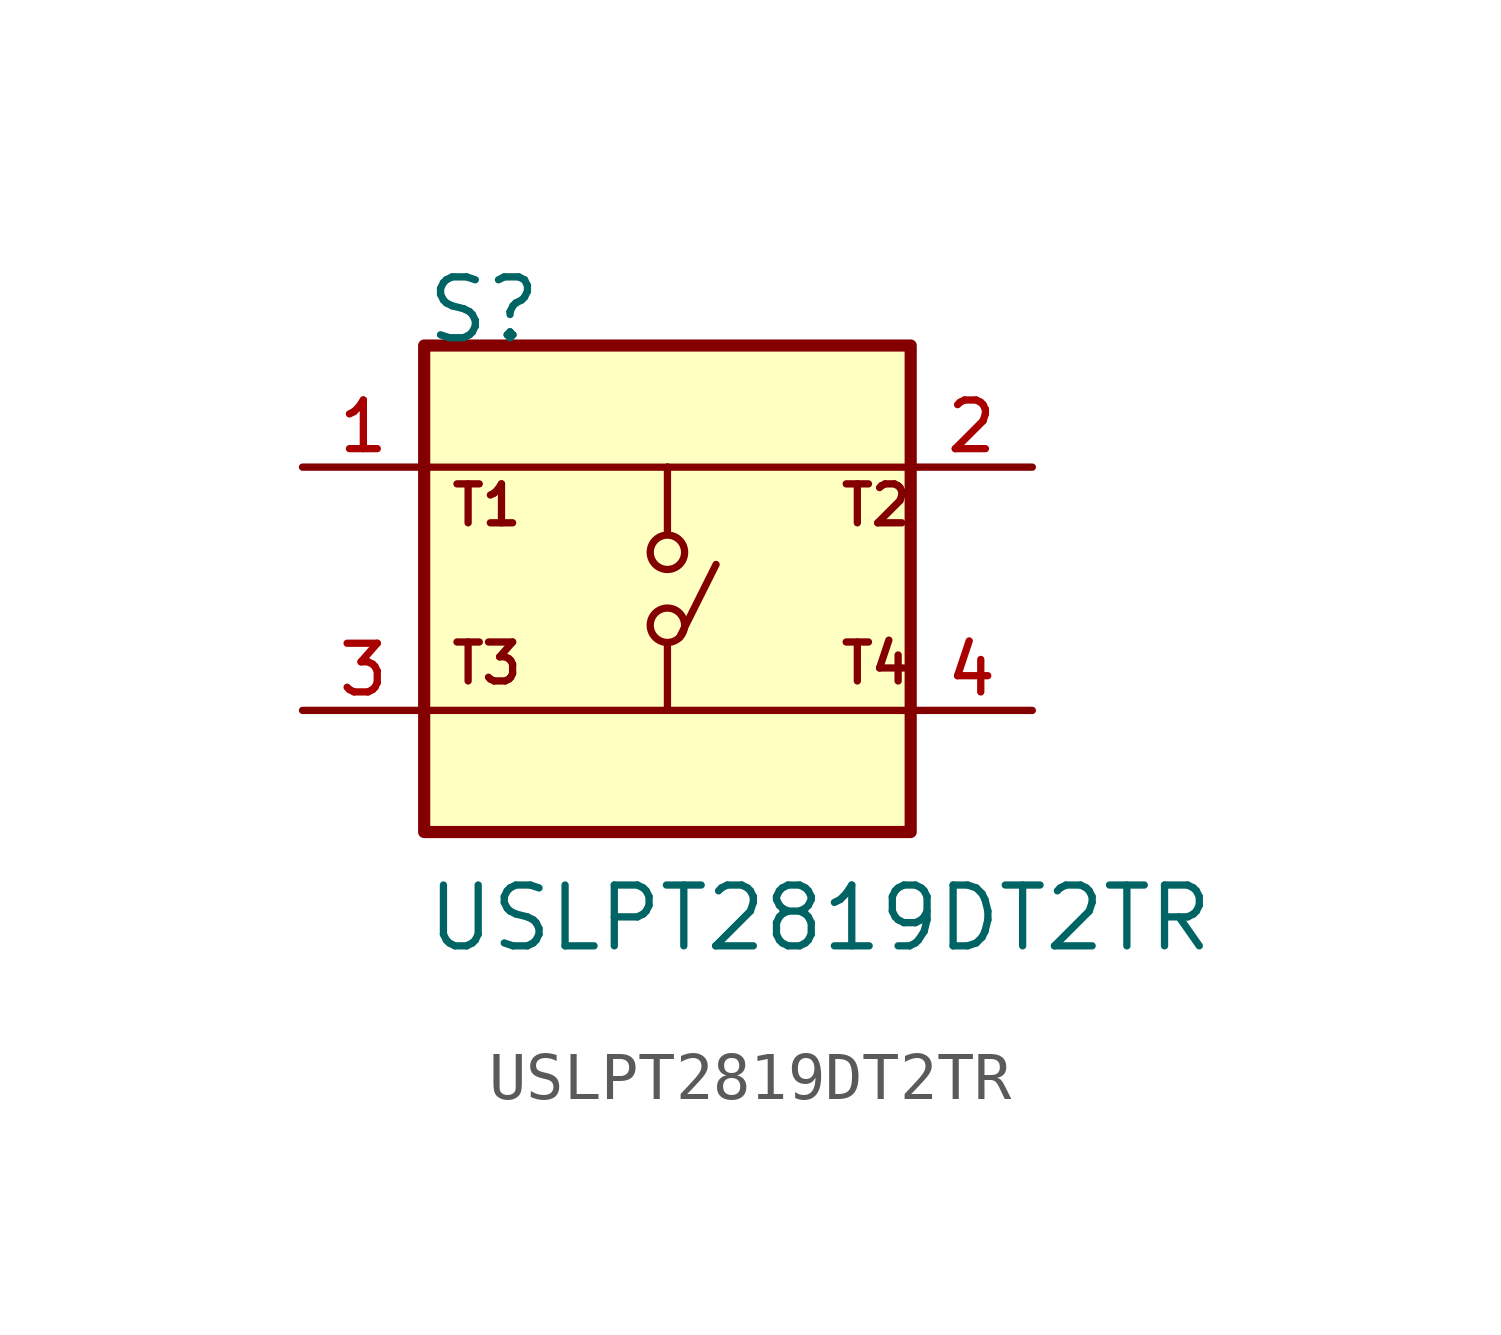
<source format=kicad_sym>
(kicad_symbol_lib
  (version 20211014)
  (generator kicad_symbol_editor)
  (symbol "USLPT2819DT2TR"
    (pin_names
      (offset 1.016))
    (property "Reference" "S"
      (at -5.08 5.08 0)
      (effects (font (size 1.27 1.27)) (justify bottom left)))
    (property "Value" "USLPT2819DT2TR"
      (at -5.08 -7.62 0)
      (effects (font (size 1.27 1.27)) (justify bottom left)))
    (symbol "USLPT2819DT2TR_0_0"
      (polyline (pts (xy -5.08 2.54) (xy 0.0 2.54)) (stroke (width 0.152)))
      (polyline (pts (xy 0.0 2.54) (xy 5.08 2.54)) (stroke (width 0.152)))
      (polyline (pts (xy -5.08 -2.54) (xy 0.0 -2.54)) (stroke (width 0.152)))
      (polyline (pts (xy 0.0 -2.54) (xy 5.08 -2.54)) (stroke (width 0.152)))
      (polyline (pts (xy 0.0 -2.54) (xy 0.0 -1.143)) (stroke (width 0.152)))
      (polyline (pts (xy 0.0 1.143) (xy 0.0 2.54)) (stroke (width 0.152)))
      (circle (center 0.0 -0.762) (radius 0.359) (stroke (width 0.152)) (fill (type none)))
      (circle (center 0.0 0.762) (radius 0.359) (stroke (width 0.152)) (fill (type none)))
      (polyline (pts (xy 0.254 -1.016) (xy 1.016 0.508)) (stroke (width 0.152)))
      (text "T1" (at -4.572 1.27 0) (effects (font (size 0.813 0.813)) (justify bottom left)))
      (text "T3" (at -4.572 -2.032 0) (effects (font (size 0.813 0.813)) (justify bottom left)))
      (text "T4" (at 3.556 -2.032 0) (effects (font (size 0.813 0.813)) (justify bottom left)))
      (text "T2" (at 3.556 1.27 0) (effects (font (size 0.813 0.813)) (justify bottom left)))
      (rectangle (start -5.08 -5.08) (end 5.08 5.08) (stroke (width 0.254)) (fill (type background)))
      (pin passive line (at -7.62 2.54 0) (length 2.54) (name "~" (effects (font (size 1.016 1.016)))) (number "1" (effects (font (size 1.016 1.016)))))
      (pin passive line (at 7.62 2.54 180.0) (length 2.54) (name "~" (effects (font (size 1.016 1.016)))) (number "2" (effects (font (size 1.016 1.016)))))
      (pin passive line (at -7.62 -2.54 0) (length 2.54) (name "~" (effects (font (size 1.016 1.016)))) (number "3" (effects (font (size 1.016 1.016)))))
      (pin passive line (at 7.62 -2.54 180.0) (length 2.54) (name "~" (effects (font (size 1.016 1.016)))) (number "4" (effects (font (size 1.016 1.016))))))))
</source>
